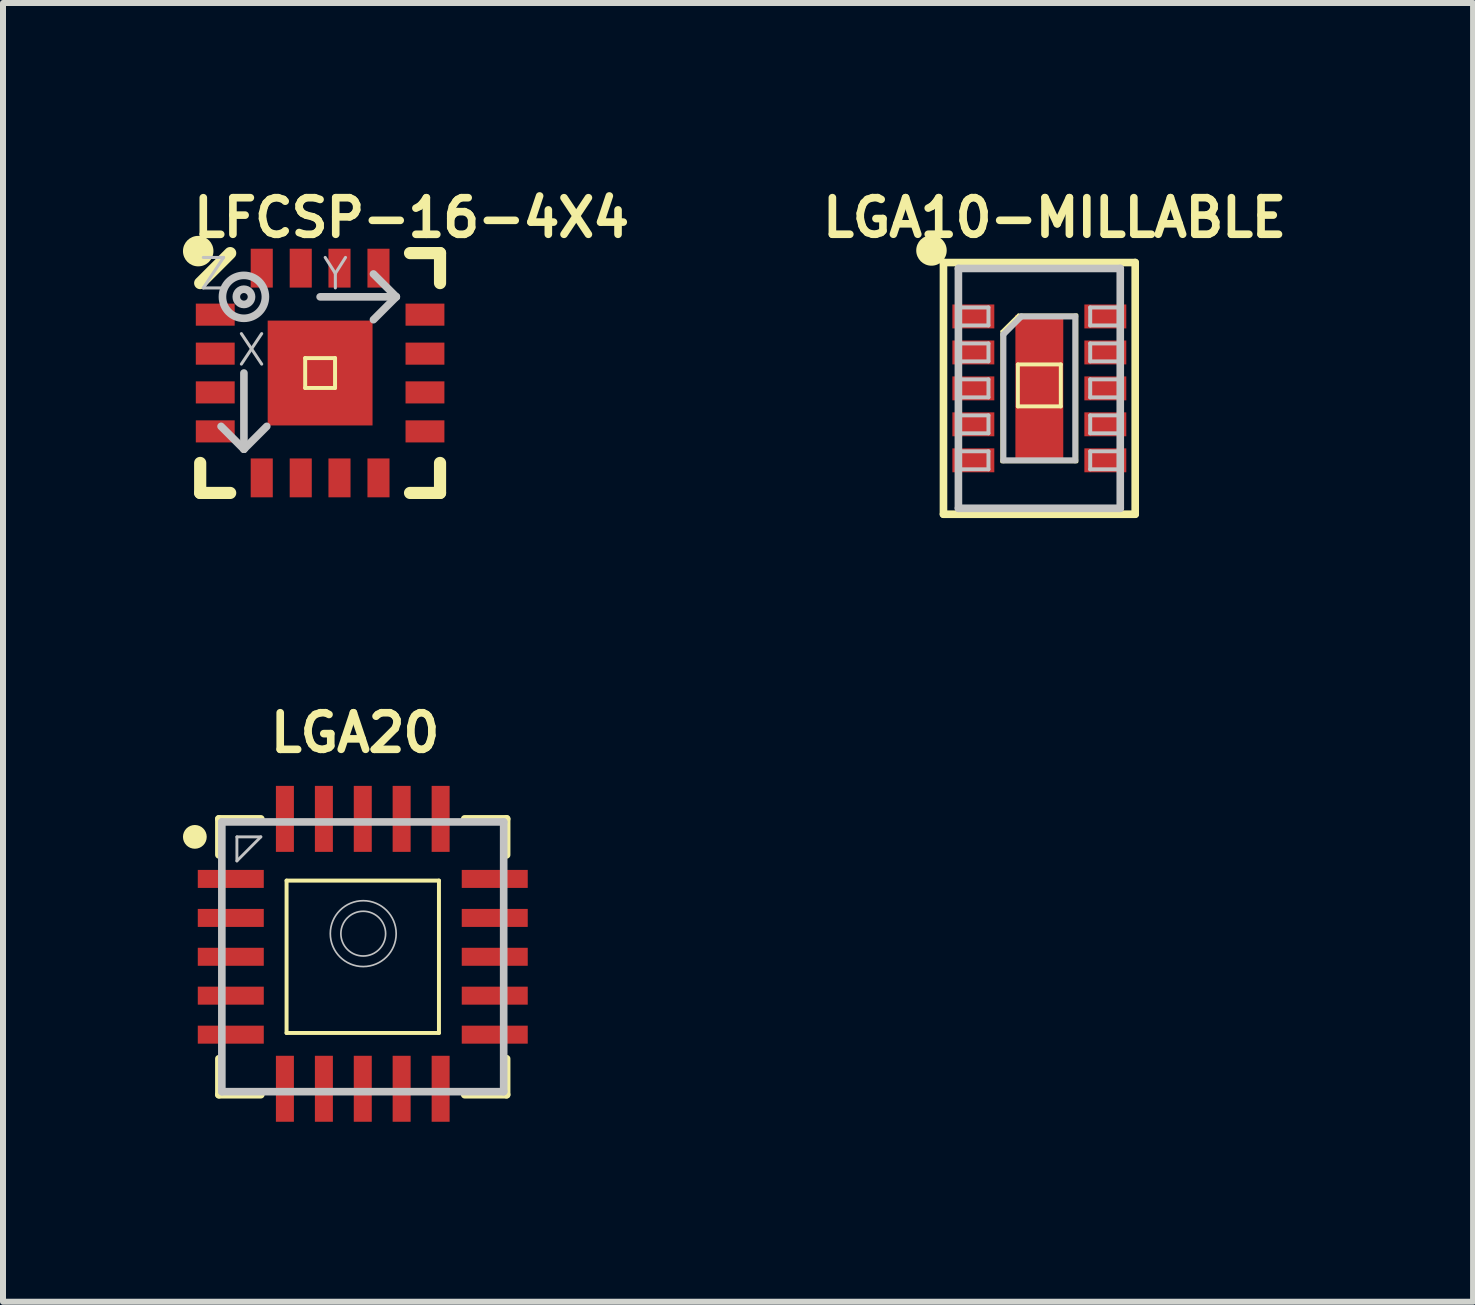
<source format=kicad_pcb>
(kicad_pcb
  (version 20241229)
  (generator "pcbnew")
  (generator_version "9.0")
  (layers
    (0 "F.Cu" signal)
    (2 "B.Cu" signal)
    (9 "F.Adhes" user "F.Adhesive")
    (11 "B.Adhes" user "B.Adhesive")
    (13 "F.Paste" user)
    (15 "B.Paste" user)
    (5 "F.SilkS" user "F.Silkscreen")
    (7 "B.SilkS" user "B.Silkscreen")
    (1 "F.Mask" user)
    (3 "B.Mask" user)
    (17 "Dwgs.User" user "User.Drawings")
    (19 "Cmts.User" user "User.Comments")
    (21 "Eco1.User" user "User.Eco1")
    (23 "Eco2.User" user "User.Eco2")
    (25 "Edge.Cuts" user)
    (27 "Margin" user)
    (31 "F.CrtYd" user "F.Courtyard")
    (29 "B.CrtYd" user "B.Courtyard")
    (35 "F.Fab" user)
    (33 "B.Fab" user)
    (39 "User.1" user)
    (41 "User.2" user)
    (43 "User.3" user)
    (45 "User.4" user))
  (footprint "LGA20"
    (layer "F.Cu")
    (at 2.997 12.899)
    (property "Reference" "LGA20" (at -0.127 -3.734 0) (layer "F.SilkS") (effects (font (size 0.61 0.61) (thickness 0.127))))
    (attr smd)
    (fp_line (start -2.398 -2.299) (end -1.699 -2.299) (stroke (width 0.127) (type solid)) (layer "F.SilkS"))
    (fp_line (start -2.398 -1.699) (end -2.398 -2.299) (stroke (width 0.127) (type solid)) (layer "F.SilkS"))
    (fp_line (start -2.398 2.299) (end -2.398 1.699) (stroke (width 0.127) (type solid)) (layer "F.SilkS"))
    (fp_line (start -2.398 2.299) (end -1.699 2.299) (stroke (width 0.127) (type solid)) (layer "F.SilkS"))
    (fp_line (start -1.27 -1.27) (end 1.27 -1.27) (stroke (width 0.066) (type solid)) (layer "F.SilkS"))
    (fp_line (start -1.27 1.27) (end -1.27 -1.27) (stroke (width 0.066) (type solid)) (layer "F.SilkS"))
    (fp_line (start -1.27 1.27) (end 1.27 1.27) (stroke (width 0.066) (type solid)) (layer "F.SilkS"))
    (fp_line (start 1.27 1.27) (end 1.27 -1.27) (stroke (width 0.066) (type solid)) (layer "F.SilkS"))
    (fp_line (start 1.699 -2.299) (end 2.398 -2.299) (stroke (width 0.127) (type solid)) (layer "F.SilkS"))
    (fp_line (start 1.699 2.299) (end 2.398 2.299) (stroke (width 0.127) (type solid)) (layer "F.SilkS"))
    (fp_line (start 2.398 -1.699) (end 2.398 -2.299) (stroke (width 0.127) (type solid)) (layer "F.SilkS"))
    (fp_line (start 2.398 2.299) (end 2.398 1.699) (stroke (width 0.127) (type solid)) (layer "F.SilkS"))
    (fp_circle (center -2.799 -1.999) (end -2.799 -2.098) (stroke (width 0.198) (type solid)) (fill no) (layer "F.SilkS"))
    (fp_line (start -2.349 -2.248) (end 2.349 -2.248) (stroke (width 0.127) (type solid)) (layer "Dwgs.User"))
    (fp_line (start -2.349 2.248) (end -2.349 -2.248) (stroke (width 0.127) (type solid)) (layer "Dwgs.User"))
    (fp_line (start -2.098 -1.999) (end -1.699 -1.999) (stroke (width 0.048) (type solid)) (layer "Dwgs.User"))
    (fp_line (start -2.098 -1.598) (end -2.098 -1.999) (stroke (width 0.048) (type solid)) (layer "Dwgs.User"))
    (fp_line (start -1.699 -1.999) (end -2.098 -1.598) (stroke (width 0.048) (type solid)) (layer "Dwgs.User"))
    (fp_line (start 2.349 -2.248) (end 2.349 2.248) (stroke (width 0.127) (type solid)) (layer "Dwgs.User"))
    (fp_line (start 2.349 2.248) (end -2.349 2.248) (stroke (width 0.127) (type solid)) (layer "Dwgs.User"))
    (fp_circle (center 0.008 -0.386) (end 0.008 -0.935) (stroke (width 0.028) (type solid)) (fill no) (layer "Dwgs.User"))
    (fp_circle (center 0.008 -0.386) (end 0.008 -0.759) (stroke (width 0.028) (type solid)) (fill no) (layer "Dwgs.User"))
    (pad "1" smd rect (at -2.2 -1.298 90) (size 0.3 1.1) (layers "F.Cu" "F.Mask" "F.Paste"))
    (pad "2" smd rect (at -2.2 -0.648 90) (size 0.3 1.1) (layers "F.Cu" "F.Mask" "F.Paste"))
    (pad "3" smd rect (at -2.2 0 90) (size 0.3 1.1) (layers "F.Cu" "F.Mask" "F.Paste"))
    (pad "4" smd rect (at -2.2 0.648 90) (size 0.3 1.1) (layers "F.Cu" "F.Mask" "F.Paste"))
    (pad "5" smd rect (at -2.2 1.298 90) (size 0.3 1.1) (layers "F.Cu" "F.Mask" "F.Paste"))
    (pad "6" smd rect (at -1.298 2.2 180) (size 0.3 1.1) (layers "F.Cu" "F.Mask" "F.Paste"))
    (pad "7" smd rect (at -0.648 2.2 180) (size 0.3 1.1) (layers "F.Cu" "F.Mask" "F.Paste"))
    (pad "8" smd rect (at 0 2.2 180) (size 0.3 1.1) (layers "F.Cu" "F.Mask" "F.Paste"))
    (pad "9" smd rect (at 0.648 2.2 180) (size 0.3 1.1) (layers "F.Cu" "F.Mask" "F.Paste"))
    (pad "10" smd rect (at 1.298 2.2 180) (size 0.3 1.1) (layers "F.Cu" "F.Mask" "F.Paste"))
    (pad "11" smd rect (at 2.2 1.298 270) (size 0.3 1.1) (layers "F.Cu" "F.Mask" "F.Paste"))
    (pad "12" smd rect (at 2.2 0.648 270) (size 0.3 1.1) (layers "F.Cu" "F.Mask" "F.Paste"))
    (pad "13" smd rect (at 2.2 0 270) (size 0.3 1.1) (layers "F.Cu" "F.Mask" "F.Paste"))
    (pad "14" smd rect (at 2.2 -0.648 270) (size 0.3 1.1) (layers "F.Cu" "F.Mask" "F.Paste"))
    (pad "15" smd rect (at 2.2 -1.298 270) (size 0.3 1.1) (layers "F.Cu" "F.Mask" "F.Paste"))
    (pad "16" smd rect (at 1.298 -2.299) (size 0.3 1.1) (layers "F.Cu" "F.Mask" "F.Paste"))
    (pad "17" smd rect (at 0.648 -2.299) (size 0.3 1.1) (layers "F.Cu" "F.Mask" "F.Paste"))
    (pad "18" smd rect (at 0 -2.299) (size 0.3 1.1) (layers "F.Cu" "F.Mask" "F.Paste"))
    (pad "19" smd rect (at -0.648 -2.299) (size 0.3 1.1) (layers "F.Cu" "F.Mask" "F.Paste"))
    (pad "20" smd rect (at -1.298 -2.299) (size 0.3 1.1) (layers "F.Cu" "F.Mask" "F.Paste")))
  (footprint "LGA10-MILLABLE"
    (layer "F.Cu")
    (at 14.275 3.424)
    (property "Reference" "LGA10-MILLABLE" (at 0.254 -2.845 0) (layer "F.SilkS") (effects (font (size 0.61 0.61) (thickness 0.127))))
    (attr smd)
    (fp_line (start -1.598 -2.098) (end -1.598 2.098) (stroke (width 0.127) (type solid)) (layer "F.SilkS"))
    (fp_line (start -1.598 2.098) (end 1.598 2.098) (stroke (width 0.127) (type solid)) (layer "F.SilkS"))
    (fp_line (start -0.625 -0.95) (end -0.348 -1.224) (stroke (width 0.048) (type solid)) (layer "F.SilkS"))
    (fp_line (start -0.625 1.224) (end -0.625 -0.95) (stroke (width 0.048) (type solid)) (layer "F.SilkS"))
    (fp_line (start -0.358 -0.399) (end 0.358 -0.399) (stroke (width 0.066) (type solid)) (layer "F.SilkS"))
    (fp_line (start -0.358 0.3) (end -0.358 -0.399) (stroke (width 0.066) (type solid)) (layer "F.SilkS"))
    (fp_line (start -0.358 0.3) (end 0.358 0.3) (stroke (width 0.066) (type solid)) (layer "F.SilkS"))
    (fp_line (start -0.348 -1.224) (end 0.625 -1.224) (stroke (width 0.048) (type solid)) (layer "F.SilkS"))
    (fp_line (start 0.358 0.3) (end 0.358 -0.399) (stroke (width 0.066) (type solid)) (layer "F.SilkS"))
    (fp_line (start 0.625 -1.224) (end 0.625 1.224) (stroke (width 0.048) (type solid)) (layer "F.SilkS"))
    (fp_line (start 0.625 1.224) (end -0.625 1.224) (stroke (width 0.048) (type solid)) (layer "F.SilkS"))
    (fp_line (start 1.598 -2.098) (end -1.598 -2.098) (stroke (width 0.127) (type solid)) (layer "F.SilkS"))
    (fp_line (start 1.598 2.098) (end 1.598 -2.098) (stroke (width 0.127) (type solid)) (layer "F.SilkS"))
    (fp_circle (center -1.798 -2.299) (end -1.798 -2.553) (stroke (width 0) (type solid)) (fill yes) (layer "F.SilkS"))
    (fp_line (start -1.349 -1.999) (end -1.349 1.999) (stroke (width 0.127) (type solid)) (layer "Dwgs.User"))
    (fp_line (start -1.349 -1.349) (end -0.848 -1.349) (stroke (width 0.066) (type solid)) (layer "Dwgs.User"))
    (fp_line (start -1.349 -1.049) (end -1.349 -1.349) (stroke (width 0.066) (type solid)) (layer "Dwgs.User"))
    (fp_line (start -1.349 -1.049) (end -0.848 -1.049) (stroke (width 0.066) (type solid)) (layer "Dwgs.User"))
    (fp_line (start -1.349 -0.749) (end -0.848 -0.749) (stroke (width 0.066) (type solid)) (layer "Dwgs.User"))
    (fp_line (start -1.349 -0.45) (end -1.349 -0.749) (stroke (width 0.066) (type solid)) (layer "Dwgs.User"))
    (fp_line (start -1.349 -0.45) (end -0.848 -0.45) (stroke (width 0.066) (type solid)) (layer "Dwgs.User"))
    (fp_line (start -1.349 -0.15) (end -0.848 -0.15) (stroke (width 0.066) (type solid)) (layer "Dwgs.User"))
    (fp_line (start -1.349 0.15) (end -1.349 -0.15) (stroke (width 0.066) (type solid)) (layer "Dwgs.User"))
    (fp_line (start -1.349 0.15) (end -0.848 0.15) (stroke (width 0.066) (type solid)) (layer "Dwgs.User"))
    (fp_line (start -1.349 0.45) (end -0.848 0.45) (stroke (width 0.066) (type solid)) (layer "Dwgs.User"))
    (fp_line (start -1.349 0.749) (end -1.349 0.45) (stroke (width 0.066) (type solid)) (layer "Dwgs.User"))
    (fp_line (start -1.349 0.749) (end -0.848 0.749) (stroke (width 0.066) (type solid)) (layer "Dwgs.User"))
    (fp_line (start -1.349 1.049) (end -0.848 1.049) (stroke (width 0.066) (type solid)) (layer "Dwgs.User"))
    (fp_line (start -1.349 1.349) (end -1.349 1.049) (stroke (width 0.066) (type solid)) (layer "Dwgs.User"))
    (fp_line (start -1.349 1.349) (end -0.848 1.349) (stroke (width 0.066) (type solid)) (layer "Dwgs.User"))
    (fp_line (start -1.349 1.999) (end 1.349 1.999) (stroke (width 0.127) (type solid)) (layer "Dwgs.User"))
    (fp_line (start -0.848 -1.049) (end -0.848 -1.349) (stroke (width 0.066) (type solid)) (layer "Dwgs.User"))
    (fp_line (start -0.848 -0.45) (end -0.848 -0.749) (stroke (width 0.066) (type solid)) (layer "Dwgs.User"))
    (fp_line (start -0.848 0.15) (end -0.848 -0.15) (stroke (width 0.066) (type solid)) (layer "Dwgs.User"))
    (fp_line (start -0.848 0.749) (end -0.848 0.45) (stroke (width 0.066) (type solid)) (layer "Dwgs.User"))
    (fp_line (start -0.848 1.349) (end -0.848 1.049) (stroke (width 0.066) (type solid)) (layer "Dwgs.User"))
    (fp_line (start -0.599 -0.899) (end -0.3 -1.199) (stroke (width 0.1) (type solid)) (layer "Dwgs.User"))
    (fp_line (start -0.599 1.199) (end -0.599 -0.899) (stroke (width 0.1) (type solid)) (layer "Dwgs.User"))
    (fp_line (start -0.3 -1.199) (end 0.599 -1.199) (stroke (width 0.1) (type solid)) (layer "Dwgs.User"))
    (fp_line (start 0.599 -1.199) (end 0.599 1.199) (stroke (width 0.1) (type solid)) (layer "Dwgs.User"))
    (fp_line (start 0.599 1.199) (end -0.599 1.199) (stroke (width 0.1) (type solid)) (layer "Dwgs.User"))
    (fp_line (start 0.848 -1.349) (end 1.349 -1.349) (stroke (width 0.066) (type solid)) (layer "Dwgs.User"))
    (fp_line (start 0.848 -1.049) (end 0.848 -1.349) (stroke (width 0.066) (type solid)) (layer "Dwgs.User"))
    (fp_line (start 0.848 -1.049) (end 1.349 -1.049) (stroke (width 0.066) (type solid)) (layer "Dwgs.User"))
    (fp_line (start 0.848 -0.749) (end 1.349 -0.749) (stroke (width 0.066) (type solid)) (layer "Dwgs.User"))
    (fp_line (start 0.848 -0.45) (end 0.848 -0.749) (stroke (width 0.066) (type solid)) (layer "Dwgs.User"))
    (fp_line (start 0.848 -0.45) (end 1.349 -0.45) (stroke (width 0.066) (type solid)) (layer "Dwgs.User"))
    (fp_line (start 0.848 -0.15) (end 1.349 -0.15) (stroke (width 0.066) (type solid)) (layer "Dwgs.User"))
    (fp_line (start 0.848 0.15) (end 0.848 -0.15) (stroke (width 0.066) (type solid)) (layer "Dwgs.User"))
    (fp_line (start 0.848 0.15) (end 1.349 0.15) (stroke (width 0.066) (type solid)) (layer "Dwgs.User"))
    (fp_line (start 0.848 0.45) (end 1.349 0.45) (stroke (width 0.066) (type solid)) (layer "Dwgs.User"))
    (fp_line (start 0.848 0.749) (end 0.848 0.45) (stroke (width 0.066) (type solid)) (layer "Dwgs.User"))
    (fp_line (start 0.848 0.749) (end 1.349 0.749) (stroke (width 0.066) (type solid)) (layer "Dwgs.User"))
    (fp_line (start 0.848 1.049) (end 1.349 1.049) (stroke (width 0.066) (type solid)) (layer "Dwgs.User"))
    (fp_line (start 0.848 1.349) (end 0.848 1.049) (stroke (width 0.066) (type solid)) (layer "Dwgs.User"))
    (fp_line (start 0.848 1.349) (end 1.349 1.349) (stroke (width 0.066) (type solid)) (layer "Dwgs.User"))
    (fp_line (start 1.349 -1.999) (end -1.349 -1.999) (stroke (width 0.127) (type solid)) (layer "Dwgs.User"))
    (fp_line (start 1.349 -1.049) (end 1.349 -1.349) (stroke (width 0.066) (type solid)) (layer "Dwgs.User"))
    (fp_line (start 1.349 -0.45) (end 1.349 -0.749) (stroke (width 0.066) (type solid)) (layer "Dwgs.User"))
    (fp_line (start 1.349 0.15) (end 1.349 -0.15) (stroke (width 0.066) (type solid)) (layer "Dwgs.User"))
    (fp_line (start 1.349 0.749) (end 1.349 0.45) (stroke (width 0.066) (type solid)) (layer "Dwgs.User"))
    (fp_line (start 1.349 1.349) (end 1.349 1.049) (stroke (width 0.066) (type solid)) (layer "Dwgs.User"))
    (fp_line (start 1.349 1.999) (end 1.349 -1.999) (stroke (width 0.127) (type solid)) (layer "Dwgs.User"))
    (pad "1" smd rect (at -1.1 -1.199) (size 0.699 0.399) (layers "F.Cu" "F.Mask" "F.Paste"))
    (pad "2" smd rect (at -1.1 -0.599) (size 0.699 0.399) (layers "F.Cu" "F.Mask" "F.Paste"))
    (pad "3" smd rect (at -1.1 0) (size 0.699 0.399) (layers "F.Cu" "F.Mask" "F.Paste"))
    (pad "4" smd rect (at -1.1 0.599) (size 0.699 0.399) (layers "F.Cu" "F.Mask" "F.Paste"))
    (pad "5" smd rect (at -1.1 1.199) (size 0.699 0.399) (layers "F.Cu" "F.Mask" "F.Paste"))
    (pad "6" smd rect (at 1.1 1.199 180) (size 0.699 0.399) (layers "F.Cu" "F.Mask" "F.Paste"))
    (pad "7" smd rect (at 1.1 0.599 180) (size 0.699 0.399) (layers "F.Cu" "F.Mask" "F.Paste"))
    (pad "8" smd rect (at 1.1 0 180) (size 0.699 0.399) (layers "F.Cu" "F.Mask" "F.Paste"))
    (pad "9" smd rect (at 1.1 -0.599 180) (size 0.699 0.399) (layers "F.Cu" "F.Mask" "F.Paste"))
    (pad "10" smd rect (at 1.1 -1.199 180) (size 0.699 0.399) (layers "F.Cu" "F.Mask" "F.Paste"))
    (pad "EP" smd rect (at 0 0) (size 0.798 2.449) (layers "F.Cu" "F.Mask" "F.Paste")))
  (footprint "LFCSP-16-4X4"
    (layer "F.Cu")
    (at 2.286 3.168)
    (property "Reference" "LFCSP-16-4X4" (at 1.524 -2.588 0) (layer "F.SilkS") (effects (font (size 0.61 0.61) (thickness 0.127))))
    (attr smd)
    (fp_line (start -1.999 1.999) (end -1.999 1.499) (stroke (width 0.203) (type solid)) (layer "F.SilkS"))
    (fp_line (start -1.499 -1.999) (end -1.999 -1.499) (stroke (width 0.203) (type solid)) (layer "F.SilkS"))
    (fp_line (start -1.499 1.999) (end -1.999 1.999) (stroke (width 0.203) (type solid)) (layer "F.SilkS"))
    (fp_line (start -0.249 -0.249) (end 0.249 -0.249) (stroke (width 0.066) (type solid)) (layer "F.SilkS"))
    (fp_line (start -0.249 0.249) (end -0.249 -0.249) (stroke (width 0.066) (type solid)) (layer "F.SilkS"))
    (fp_line (start -0.249 0.249) (end 0.249 0.249) (stroke (width 0.066) (type solid)) (layer "F.SilkS"))
    (fp_line (start 0.249 0.249) (end 0.249 -0.249) (stroke (width 0.066) (type solid)) (layer "F.SilkS"))
    (fp_line (start 1.499 -1.999) (end 1.999 -1.999) (stroke (width 0.203) (type solid)) (layer "F.SilkS"))
    (fp_line (start 1.999 -1.999) (end 1.999 -1.499) (stroke (width 0.203) (type solid)) (layer "F.SilkS"))
    (fp_line (start 1.999 1.499) (end 1.999 1.999) (stroke (width 0.203) (type solid)) (layer "F.SilkS"))
    (fp_line (start 1.999 1.999) (end 1.499 1.999) (stroke (width 0.203) (type solid)) (layer "F.SilkS"))
    (fp_circle (center -2.032 -2.032) (end -2.032 -2.286) (stroke (width 0) (type solid)) (fill yes) (layer "F.SilkS"))
    (fp_line (start -1.27 0) (end -1.27 1.27) (stroke (width 0.127) (type solid)) (layer "Dwgs.User"))
    (fp_line (start -1.27 1.27) (end -1.651 0.889) (stroke (width 0.127) (type solid)) (layer "Dwgs.User"))
    (fp_line (start -1.27 1.27) (end -0.889 0.889) (stroke (width 0.127) (type solid)) (layer "Dwgs.User"))
    (fp_line (start 0 -1.27) (end 1.27 -1.27) (stroke (width 0.127) (type solid)) (layer "Dwgs.User"))
    (fp_line (start 1.27 -1.27) (end 0.889 -1.651) (stroke (width 0.127) (type solid)) (layer "Dwgs.User"))
    (fp_line (start 1.27 -1.27) (end 0.889 -0.889) (stroke (width 0.127) (type solid)) (layer "Dwgs.User"))
    (fp_circle (center -1.27 -1.27) (end -1.27 -1.628) (stroke (width 0.127) (type solid)) (fill no) (layer "Dwgs.User"))
    (fp_circle (center -1.27 -1.27) (end -1.27 -1.397) (stroke (width 0.127) (type solid)) (fill no) (layer "Dwgs.User"))
    (fp_text user "X" (at -1.143 -0.381 0) (layer "Dwgs.User") (effects (font (size 0.508 0.508) (thickness 0.051))))
    (fp_text user "Z" (at -1.778 -1.651 0) (layer "Dwgs.User") (effects (font (size 0.508 0.508) (thickness 0.051))))
    (fp_text user "Y" (at 0.254 -1.651 0) (layer "Dwgs.User") (effects (font (size 0.508 0.508) (thickness 0.051))))
    (pad "0" smd rect (at 0 0 180) (size 1.748 1.748) (layers "F.Cu" "F.Mask" "F.Paste"))
    (pad "1" smd rect (at -1.748 -0.973 270) (size 0.368 0.648) (layers "F.Cu" "F.Mask" "F.Paste"))
    (pad "2" smd rect (at -1.748 -0.323 270) (size 0.368 0.648) (layers "F.Cu" "F.Mask" "F.Paste"))
    (pad "3" smd rect (at -1.748 0.323 270) (size 0.368 0.648) (layers "F.Cu" "F.Mask" "F.Paste"))
    (pad "4" smd rect (at -1.748 0.973 270) (size 0.368 0.648) (layers "F.Cu" "F.Mask" "F.Paste"))
    (pad "5" smd rect (at -0.973 1.748 180) (size 0.368 0.648) (layers "F.Cu" "F.Mask" "F.Paste"))
    (pad "6" smd rect (at -0.323 1.748 180) (size 0.368 0.648) (layers "F.Cu" "F.Mask" "F.Paste"))
    (pad "7" smd rect (at 0.323 1.748 180) (size 0.368 0.648) (layers "F.Cu" "F.Mask" "F.Paste"))
    (pad "8" smd rect (at 0.973 1.748 180) (size 0.368 0.648) (layers "F.Cu" "F.Mask" "F.Paste"))
    (pad "9" smd rect (at 1.748 0.973 90) (size 0.368 0.648) (layers "F.Cu" "F.Mask" "F.Paste"))
    (pad "10" smd rect (at 1.748 0.323 90) (size 0.368 0.648) (layers "F.Cu" "F.Mask" "F.Paste"))
    (pad "11" smd rect (at 1.748 -0.323 90) (size 0.368 0.648) (layers "F.Cu" "F.Mask" "F.Paste"))
    (pad "12" smd rect (at 1.748 -0.973 90) (size 0.368 0.648) (layers "F.Cu" "F.Mask" "F.Paste"))
    (pad "13" smd rect (at 0.973 -1.748) (size 0.368 0.648) (layers "F.Cu" "F.Mask" "F.Paste"))
    (pad "14" smd rect (at 0.323 -1.748) (size 0.368 0.648) (layers "F.Cu" "F.Mask" "F.Paste"))
    (pad "15" smd rect (at -0.323 -1.748) (size 0.368 0.648) (layers "F.Cu" "F.Mask" "F.Paste"))
    (pad "16" smd rect (at -0.973 -1.748) (size 0.368 0.648) (layers "F.Cu" "F.Mask" "F.Paste")))
  (gr_rect
    (start -3 -3)
    (end 21.505 18.649)
    (stroke (width 0.1) (type default))
    (fill no)
    (layer "Edge.Cuts")))
</source>
